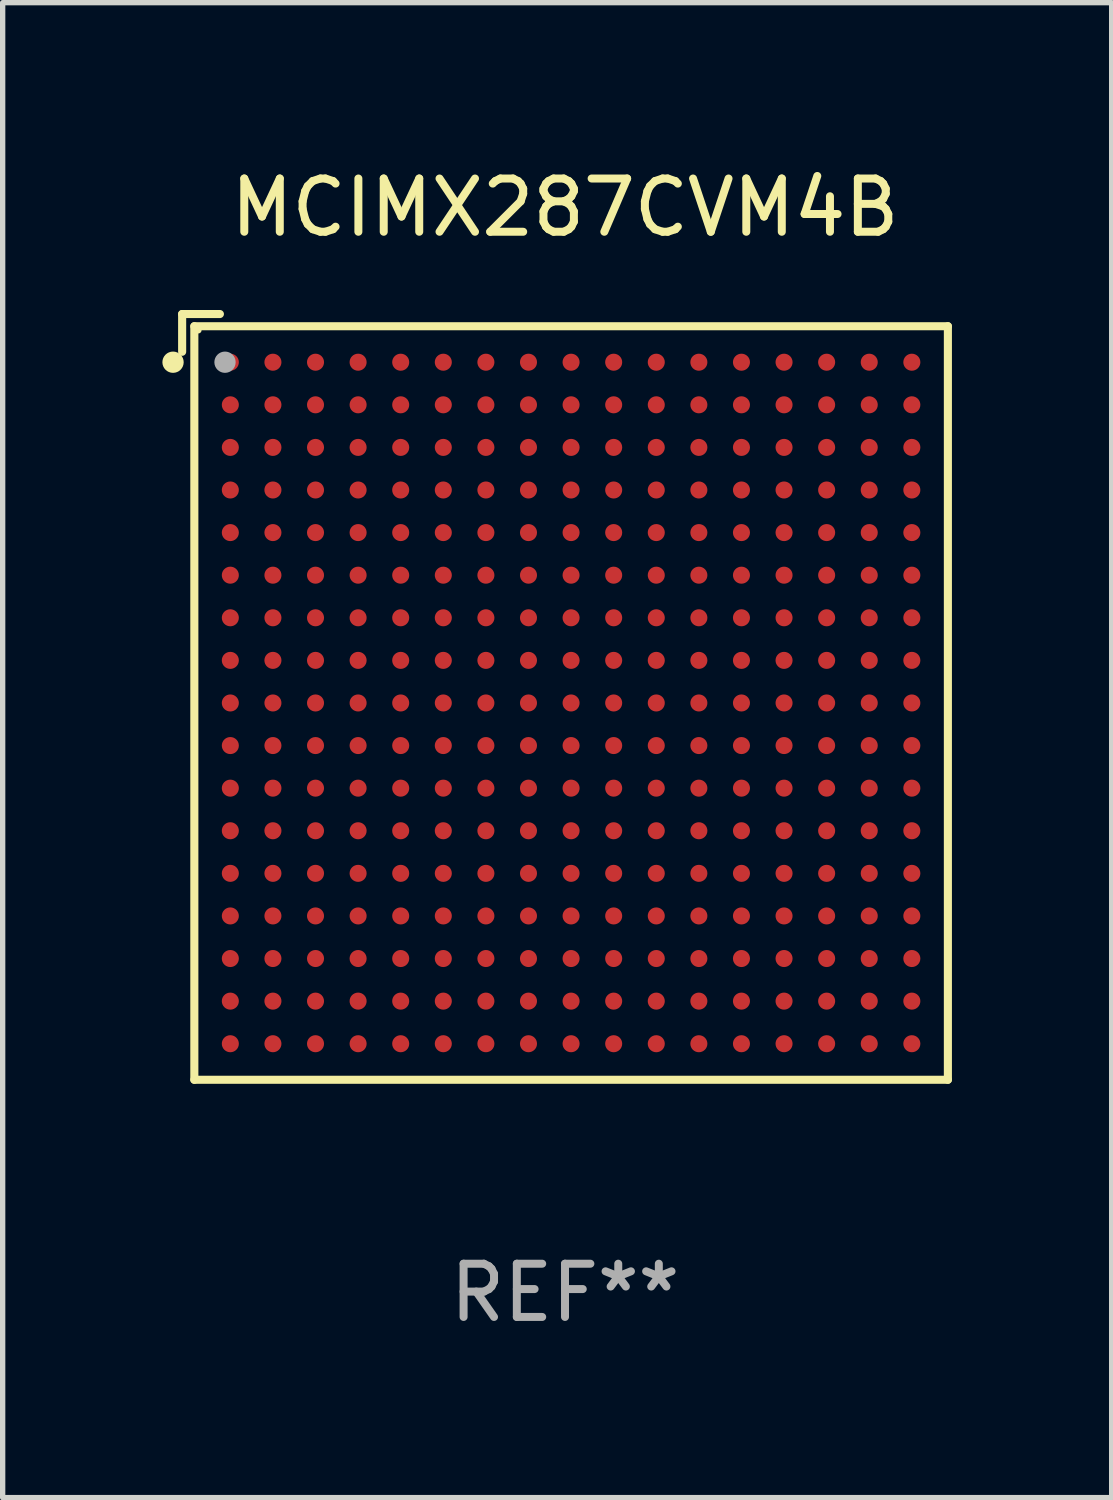
<source format=kicad_pcb>
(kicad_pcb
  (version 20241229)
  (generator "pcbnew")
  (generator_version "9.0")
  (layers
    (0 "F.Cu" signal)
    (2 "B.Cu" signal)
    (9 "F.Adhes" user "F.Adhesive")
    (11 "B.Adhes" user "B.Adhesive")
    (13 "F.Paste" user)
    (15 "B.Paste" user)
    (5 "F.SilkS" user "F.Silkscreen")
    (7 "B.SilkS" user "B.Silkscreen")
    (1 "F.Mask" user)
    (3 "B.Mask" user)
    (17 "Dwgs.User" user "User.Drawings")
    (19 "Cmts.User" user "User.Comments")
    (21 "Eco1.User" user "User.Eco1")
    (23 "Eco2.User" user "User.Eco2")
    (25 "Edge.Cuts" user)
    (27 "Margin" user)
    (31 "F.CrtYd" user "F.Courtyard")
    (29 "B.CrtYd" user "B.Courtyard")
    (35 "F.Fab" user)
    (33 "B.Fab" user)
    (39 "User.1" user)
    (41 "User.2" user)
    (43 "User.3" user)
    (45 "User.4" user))
  (footprint "MCIMX287CVM4B"
    (layer "F.Cu")
    (at 7.562 10.039)
    (property "Reference" "MCIMX287CVM4B" (at 0 -9.191 0) (layer "F.SilkS") (effects (font (size 1 1) (thickness 0.15))))
    (attr through_hole)
    (fp_line (start -7.191 -7.191) (end -7.191 -6.482) (stroke (width 0.152) (type solid)) (layer "F.SilkS"))
    (fp_line (start -6.962 -6.962) (end 7.191 -6.962) (stroke (width 0.152) (type solid)) (layer "F.SilkS"))
    (fp_line (start -6.962 7.191) (end -6.962 -6.962) (stroke (width 0.152) (type solid)) (layer "F.SilkS"))
    (fp_line (start -6.482 -7.191) (end -7.191 -7.191) (stroke (width 0.152) (type solid)) (layer "F.SilkS"))
    (fp_line (start 7.191 -6.962) (end 7.191 7.191) (stroke (width 0.152) (type solid)) (layer "F.SilkS"))
    (fp_line (start 7.191 7.191) (end -6.962 7.191) (stroke (width 0.152) (type solid)) (layer "F.SilkS"))
    (fp_circle (center -7.362 -6.286) (end -7.262 -6.286) (stroke (width 0.2) (type solid)) (fill no) (layer "F.SilkS"))
    (fp_circle (center -6.886 -6.886) (end -6.856 -6.886) (stroke (width 0.06) (type solid)) (fill no) (layer "F.SilkS"))
    (fp_circle (center -6.386 -6.286) (end -6.286 -6.286) (stroke (width 0.2) (type solid)) (fill no) (layer "F.Fab"))
    (fp_text user "REF**" (at 0 11.191 0) (layer "F.Fab") (effects (font (size 1 1) (thickness 0.15))))
    (pad "A1" smd circle (at -6.286 -6.286) (size 0.32 0.32) (layers "F.Cu" "F.Mask" "F.Paste"))
    (pad "A2" smd circle (at -5.486 -6.286) (size 0.32 0.32) (layers "F.Cu" "F.Mask" "F.Paste"))
    (pad "A3" smd circle (at -4.686 -6.286) (size 0.32 0.32) (layers "F.Cu" "F.Mask" "F.Paste"))
    (pad "A4" smd circle (at -3.886 -6.286) (size 0.32 0.32) (layers "F.Cu" "F.Mask" "F.Paste"))
    (pad "A5" smd circle (at -3.086 -6.286) (size 0.32 0.32) (layers "F.Cu" "F.Mask" "F.Paste"))
    (pad "A6" smd circle (at -2.286 -6.286) (size 0.32 0.32) (layers "F.Cu" "F.Mask" "F.Paste"))
    (pad "A7" smd circle (at -1.486 -6.286) (size 0.32 0.32) (layers "F.Cu" "F.Mask" "F.Paste"))
    (pad "A8" smd circle (at -0.686 -6.286) (size 0.32 0.32) (layers "F.Cu" "F.Mask" "F.Paste"))
    (pad "A9" smd circle (at 0.114 -6.286) (size 0.32 0.32) (layers "F.Cu" "F.Mask" "F.Paste"))
    (pad "A10" smd circle (at 0.914 -6.286) (size 0.32 0.32) (layers "F.Cu" "F.Mask" "F.Paste"))
    (pad "A11" smd circle (at 1.714 -6.286) (size 0.32 0.32) (layers "F.Cu" "F.Mask" "F.Paste"))
    (pad "A12" smd circle (at 2.514 -6.286) (size 0.32 0.32) (layers "F.Cu" "F.Mask" "F.Paste"))
    (pad "A13" smd circle (at 3.314 -6.286) (size 0.32 0.32) (layers "F.Cu" "F.Mask" "F.Paste"))
    (pad "A14" smd circle (at 4.114 -6.286) (size 0.32 0.32) (layers "F.Cu" "F.Mask" "F.Paste"))
    (pad "A15" smd circle (at 4.914 -6.286) (size 0.32 0.32) (layers "F.Cu" "F.Mask" "F.Paste"))
    (pad "A16" smd circle (at 5.714 -6.286) (size 0.32 0.32) (layers "F.Cu" "F.Mask" "F.Paste"))
    (pad "A17" smd circle (at 6.514 -6.286) (size 0.32 0.32) (layers "F.Cu" "F.Mask" "F.Paste"))
    (pad "B1" smd circle (at -6.286 -5.486) (size 0.32 0.32) (layers "F.Cu" "F.Mask" "F.Paste"))
    (pad "B2" smd circle (at -5.486 -5.486) (size 0.32 0.32) (layers "F.Cu" "F.Mask" "F.Paste"))
    (pad "B3" smd circle (at -4.686 -5.486) (size 0.32 0.32) (layers "F.Cu" "F.Mask" "F.Paste"))
    (pad "B4" smd circle (at -3.886 -5.486) (size 0.32 0.32) (layers "F.Cu" "F.Mask" "F.Paste"))
    (pad "B5" smd circle (at -3.086 -5.486) (size 0.32 0.32) (layers "F.Cu" "F.Mask" "F.Paste"))
    (pad "B6" smd circle (at -2.286 -5.486) (size 0.32 0.32) (layers "F.Cu" "F.Mask" "F.Paste"))
    (pad "B7" smd circle (at -1.486 -5.486) (size 0.32 0.32) (layers "F.Cu" "F.Mask" "F.Paste"))
    (pad "B8" smd circle (at -0.686 -5.486) (size 0.32 0.32) (layers "F.Cu" "F.Mask" "F.Paste"))
    (pad "B9" smd circle (at 0.114 -5.486) (size 0.32 0.32) (layers "F.Cu" "F.Mask" "F.Paste"))
    (pad "B10" smd circle (at 0.914 -5.486) (size 0.32 0.32) (layers "F.Cu" "F.Mask" "F.Paste"))
    (pad "B11" smd circle (at 1.714 -5.486) (size 0.32 0.32) (layers "F.Cu" "F.Mask" "F.Paste"))
    (pad "B12" smd circle (at 2.514 -5.486) (size 0.32 0.32) (layers "F.Cu" "F.Mask" "F.Paste"))
    (pad "B13" smd circle (at 3.314 -5.486) (size 0.32 0.32) (layers "F.Cu" "F.Mask" "F.Paste"))
    (pad "B14" smd circle (at 4.114 -5.486) (size 0.32 0.32) (layers "F.Cu" "F.Mask" "F.Paste"))
    (pad "B15" smd circle (at 4.914 -5.486) (size 0.32 0.32) (layers "F.Cu" "F.Mask" "F.Paste"))
    (pad "B16" smd circle (at 5.714 -5.486) (size 0.32 0.32) (layers "F.Cu" "F.Mask" "F.Paste"))
    (pad "B17" smd circle (at 6.514 -5.486) (size 0.32 0.32) (layers "F.Cu" "F.Mask" "F.Paste"))
    (pad "C1" smd circle (at -6.286 -4.686) (size 0.32 0.32) (layers "F.Cu" "F.Mask" "F.Paste"))
    (pad "C2" smd circle (at -5.486 -4.686) (size 0.32 0.32) (layers "F.Cu" "F.Mask" "F.Paste"))
    (pad "C3" smd circle (at -4.686 -4.686) (size 0.32 0.32) (layers "F.Cu" "F.Mask" "F.Paste"))
    (pad "C4" smd circle (at -3.886 -4.686) (size 0.32 0.32) (layers "F.Cu" "F.Mask" "F.Paste"))
    (pad "C5" smd circle (at -3.086 -4.686) (size 0.32 0.32) (layers "F.Cu" "F.Mask" "F.Paste"))
    (pad "C6" smd circle (at -2.286 -4.686) (size 0.32 0.32) (layers "F.Cu" "F.Mask" "F.Paste"))
    (pad "C7" smd circle (at -1.486 -4.686) (size 0.32 0.32) (layers "F.Cu" "F.Mask" "F.Paste"))
    (pad "C8" smd circle (at -0.686 -4.686) (size 0.32 0.32) (layers "F.Cu" "F.Mask" "F.Paste"))
    (pad "C9" smd circle (at 0.114 -4.686) (size 0.32 0.32) (layers "F.Cu" "F.Mask" "F.Paste"))
    (pad "C10" smd circle (at 0.914 -4.686) (size 0.32 0.32) (layers "F.Cu" "F.Mask" "F.Paste"))
    (pad "C11" smd circle (at 1.714 -4.686) (size 0.32 0.32) (layers "F.Cu" "F.Mask" "F.Paste"))
    (pad "C12" smd circle (at 2.514 -4.686) (size 0.32 0.32) (layers "F.Cu" "F.Mask" "F.Paste"))
    (pad "C13" smd circle (at 3.314 -4.686) (size 0.32 0.32) (layers "F.Cu" "F.Mask" "F.Paste"))
    (pad "C14" smd circle (at 4.114 -4.686) (size 0.32 0.32) (layers "F.Cu" "F.Mask" "F.Paste"))
    (pad "C15" smd circle (at 4.914 -4.686) (size 0.32 0.32) (layers "F.Cu" "F.Mask" "F.Paste"))
    (pad "C16" smd circle (at 5.714 -4.686) (size 0.32 0.32) (layers "F.Cu" "F.Mask" "F.Paste"))
    (pad "C17" smd circle (at 6.514 -4.686) (size 0.32 0.32) (layers "F.Cu" "F.Mask" "F.Paste"))
    (pad "D1" smd circle (at -6.286 -3.886) (size 0.32 0.32) (layers "F.Cu" "F.Mask" "F.Paste"))
    (pad "D2" smd circle (at -5.486 -3.886) (size 0.32 0.32) (layers "F.Cu" "F.Mask" "F.Paste"))
    (pad "D3" smd circle (at -4.686 -3.886) (size 0.32 0.32) (layers "F.Cu" "F.Mask" "F.Paste"))
    (pad "D4" smd circle (at -3.886 -3.886) (size 0.32 0.32) (layers "F.Cu" "F.Mask" "F.Paste"))
    (pad "D5" smd circle (at -3.086 -3.886) (size 0.32 0.32) (layers "F.Cu" "F.Mask" "F.Paste"))
    (pad "D6" smd circle (at -2.286 -3.886) (size 0.32 0.32) (layers "F.Cu" "F.Mask" "F.Paste"))
    (pad "D7" smd circle (at -1.486 -3.886) (size 0.32 0.32) (layers "F.Cu" "F.Mask" "F.Paste"))
    (pad "D8" smd circle (at -0.686 -3.886) (size 0.32 0.32) (layers "F.Cu" "F.Mask" "F.Paste"))
    (pad "D9" smd circle (at 0.114 -3.886) (size 0.32 0.32) (layers "F.Cu" "F.Mask" "F.Paste"))
    (pad "D10" smd circle (at 0.914 -3.886) (size 0.32 0.32) (layers "F.Cu" "F.Mask" "F.Paste"))
    (pad "D11" smd circle (at 1.714 -3.886) (size 0.32 0.32) (layers "F.Cu" "F.Mask" "F.Paste"))
    (pad "D12" smd circle (at 2.514 -3.886) (size 0.32 0.32) (layers "F.Cu" "F.Mask" "F.Paste"))
    (pad "D13" smd circle (at 3.314 -3.886) (size 0.32 0.32) (layers "F.Cu" "F.Mask" "F.Paste"))
    (pad "D14" smd circle (at 4.114 -3.886) (size 0.32 0.32) (layers "F.Cu" "F.Mask" "F.Paste"))
    (pad "D15" smd circle (at 4.914 -3.886) (size 0.32 0.32) (layers "F.Cu" "F.Mask" "F.Paste"))
    (pad "D16" smd circle (at 5.714 -3.886) (size 0.32 0.32) (layers "F.Cu" "F.Mask" "F.Paste"))
    (pad "D17" smd circle (at 6.514 -3.886) (size 0.32 0.32) (layers "F.Cu" "F.Mask" "F.Paste"))
    (pad "E1" smd circle (at -6.286 -3.086) (size 0.32 0.32) (layers "F.Cu" "F.Mask" "F.Paste"))
    (pad "E2" smd circle (at -5.486 -3.086) (size 0.32 0.32) (layers "F.Cu" "F.Mask" "F.Paste"))
    (pad "E3" smd circle (at -4.686 -3.086) (size 0.32 0.32) (layers "F.Cu" "F.Mask" "F.Paste"))
    (pad "E4" smd circle (at -3.886 -3.086) (size 0.32 0.32) (layers "F.Cu" "F.Mask" "F.Paste"))
    (pad "E5" smd circle (at -3.086 -3.086) (size 0.32 0.32) (layers "F.Cu" "F.Mask" "F.Paste"))
    (pad "E6" smd circle (at -2.286 -3.086) (size 0.32 0.32) (layers "F.Cu" "F.Mask" "F.Paste"))
    (pad "E7" smd circle (at -1.486 -3.086) (size 0.32 0.32) (layers "F.Cu" "F.Mask" "F.Paste"))
    (pad "E8" smd circle (at -0.686 -3.086) (size 0.32 0.32) (layers "F.Cu" "F.Mask" "F.Paste"))
    (pad "E9" smd circle (at 0.114 -3.086) (size 0.32 0.32) (layers "F.Cu" "F.Mask" "F.Paste"))
    (pad "E10" smd circle (at 0.914 -3.086) (size 0.32 0.32) (layers "F.Cu" "F.Mask" "F.Paste"))
    (pad "E11" smd circle (at 1.714 -3.086) (size 0.32 0.32) (layers "F.Cu" "F.Mask" "F.Paste"))
    (pad "E12" smd circle (at 2.514 -3.086) (size 0.32 0.32) (layers "F.Cu" "F.Mask" "F.Paste"))
    (pad "E13" smd circle (at 3.314 -3.086) (size 0.32 0.32) (layers "F.Cu" "F.Mask" "F.Paste"))
    (pad "E14" smd circle (at 4.114 -3.086) (size 0.32 0.32) (layers "F.Cu" "F.Mask" "F.Paste"))
    (pad "E15" smd circle (at 4.914 -3.086) (size 0.32 0.32) (layers "F.Cu" "F.Mask" "F.Paste"))
    (pad "E16" smd circle (at 5.714 -3.086) (size 0.32 0.32) (layers "F.Cu" "F.Mask" "F.Paste"))
    (pad "E17" smd circle (at 6.514 -3.086) (size 0.32 0.32) (layers "F.Cu" "F.Mask" "F.Paste"))
    (pad "F1" smd circle (at -6.286 -2.286) (size 0.32 0.32) (layers "F.Cu" "F.Mask" "F.Paste"))
    (pad "F2" smd circle (at -5.486 -2.286) (size 0.32 0.32) (layers "F.Cu" "F.Mask" "F.Paste"))
    (pad "F3" smd circle (at -4.686 -2.286) (size 0.32 0.32) (layers "F.Cu" "F.Mask" "F.Paste"))
    (pad "F4" smd circle (at -3.886 -2.286) (size 0.32 0.32) (layers "F.Cu" "F.Mask" "F.Paste"))
    (pad "F5" smd circle (at -3.086 -2.286) (size 0.32 0.32) (layers "F.Cu" "F.Mask" "F.Paste"))
    (pad "F6" smd circle (at -2.286 -2.286) (size 0.32 0.32) (layers "F.Cu" "F.Mask" "F.Paste"))
    (pad "F7" smd circle (at -1.486 -2.286) (size 0.32 0.32) (layers "F.Cu" "F.Mask" "F.Paste"))
    (pad "F8" smd circle (at -0.686 -2.286) (size 0.32 0.32) (layers "F.Cu" "F.Mask" "F.Paste"))
    (pad "F9" smd circle (at 0.114 -2.286) (size 0.32 0.32) (layers "F.Cu" "F.Mask" "F.Paste"))
    (pad "F10" smd circle (at 0.914 -2.286) (size 0.32 0.32) (layers "F.Cu" "F.Mask" "F.Paste"))
    (pad "F11" smd circle (at 1.714 -2.286) (size 0.32 0.32) (layers "F.Cu" "F.Mask" "F.Paste"))
    (pad "F12" smd circle (at 2.514 -2.286) (size 0.32 0.32) (layers "F.Cu" "F.Mask" "F.Paste"))
    (pad "F13" smd circle (at 3.314 -2.286) (size 0.32 0.32) (layers "F.Cu" "F.Mask" "F.Paste"))
    (pad "F14" smd circle (at 4.114 -2.286) (size 0.32 0.32) (layers "F.Cu" "F.Mask" "F.Paste"))
    (pad "F15" smd circle (at 4.914 -2.286) (size 0.32 0.32) (layers "F.Cu" "F.Mask" "F.Paste"))
    (pad "F16" smd circle (at 5.714 -2.286) (size 0.32 0.32) (layers "F.Cu" "F.Mask" "F.Paste"))
    (pad "F17" smd circle (at 6.514 -2.286) (size 0.32 0.32) (layers "F.Cu" "F.Mask" "F.Paste"))
    (pad "G1" smd circle (at -6.286 -1.486) (size 0.32 0.32) (layers "F.Cu" "F.Mask" "F.Paste"))
    (pad "G2" smd circle (at -5.486 -1.486) (size 0.32 0.32) (layers "F.Cu" "F.Mask" "F.Paste"))
    (pad "G3" smd circle (at -4.686 -1.486) (size 0.32 0.32) (layers "F.Cu" "F.Mask" "F.Paste"))
    (pad "G4" smd circle (at -3.886 -1.486) (size 0.32 0.32) (layers "F.Cu" "F.Mask" "F.Paste"))
    (pad "G5" smd circle (at -3.086 -1.486) (size 0.32 0.32) (layers "F.Cu" "F.Mask" "F.Paste"))
    (pad "G6" smd circle (at -2.286 -1.486) (size 0.32 0.32) (layers "F.Cu" "F.Mask" "F.Paste"))
    (pad "G7" smd circle (at -1.486 -1.486) (size 0.32 0.32) (layers "F.Cu" "F.Mask" "F.Paste"))
    (pad "G8" smd circle (at -0.686 -1.486) (size 0.32 0.32) (layers "F.Cu" "F.Mask" "F.Paste"))
    (pad "G9" smd circle (at 0.114 -1.486) (size 0.32 0.32) (layers "F.Cu" "F.Mask" "F.Paste"))
    (pad "G10" smd circle (at 0.914 -1.486) (size 0.32 0.32) (layers "F.Cu" "F.Mask" "F.Paste"))
    (pad "G11" smd circle (at 1.714 -1.486) (size 0.32 0.32) (layers "F.Cu" "F.Mask" "F.Paste"))
    (pad "G12" smd circle (at 2.514 -1.486) (size 0.32 0.32) (layers "F.Cu" "F.Mask" "F.Paste"))
    (pad "G13" smd circle (at 3.314 -1.486) (size 0.32 0.32) (layers "F.Cu" "F.Mask" "F.Paste"))
    (pad "G14" smd circle (at 4.114 -1.486) (size 0.32 0.32) (layers "F.Cu" "F.Mask" "F.Paste"))
    (pad "G15" smd circle (at 4.914 -1.486) (size 0.32 0.32) (layers "F.Cu" "F.Mask" "F.Paste"))
    (pad "G16" smd circle (at 5.714 -1.486) (size 0.32 0.32) (layers "F.Cu" "F.Mask" "F.Paste"))
    (pad "G17" smd circle (at 6.514 -1.486) (size 0.32 0.32) (layers "F.Cu" "F.Mask" "F.Paste"))
    (pad "H1" smd circle (at -6.286 -0.686) (size 0.32 0.32) (layers "F.Cu" "F.Mask" "F.Paste"))
    (pad "H2" smd circle (at -5.486 -0.686) (size 0.32 0.32) (layers "F.Cu" "F.Mask" "F.Paste"))
    (pad "H3" smd circle (at -4.686 -0.686) (size 0.32 0.32) (layers "F.Cu" "F.Mask" "F.Paste"))
    (pad "H4" smd circle (at -3.886 -0.686) (size 0.32 0.32) (layers "F.Cu" "F.Mask" "F.Paste"))
    (pad "H5" smd circle (at -3.086 -0.686) (size 0.32 0.32) (layers "F.Cu" "F.Mask" "F.Paste"))
    (pad "H6" smd circle (at -2.286 -0.686) (size 0.32 0.32) (layers "F.Cu" "F.Mask" "F.Paste"))
    (pad "H7" smd circle (at -1.486 -0.686) (size 0.32 0.32) (layers "F.Cu" "F.Mask" "F.Paste"))
    (pad "H8" smd circle (at -0.686 -0.686) (size 0.32 0.32) (layers "F.Cu" "F.Mask" "F.Paste"))
    (pad "H9" smd circle (at 0.114 -0.686) (size 0.32 0.32) (layers "F.Cu" "F.Mask" "F.Paste"))
    (pad "H10" smd circle (at 0.914 -0.686) (size 0.32 0.32) (layers "F.Cu" "F.Mask" "F.Paste"))
    (pad "H11" smd circle (at 1.714 -0.686) (size 0.32 0.32) (layers "F.Cu" "F.Mask" "F.Paste"))
    (pad "H12" smd circle (at 2.514 -0.686) (size 0.32 0.32) (layers "F.Cu" "F.Mask" "F.Paste"))
    (pad "H13" smd circle (at 3.314 -0.686) (size 0.32 0.32) (layers "F.Cu" "F.Mask" "F.Paste"))
    (pad "H14" smd circle (at 4.114 -0.686) (size 0.32 0.32) (layers "F.Cu" "F.Mask" "F.Paste"))
    (pad "H15" smd circle (at 4.914 -0.686) (size 0.32 0.32) (layers "F.Cu" "F.Mask" "F.Paste"))
    (pad "H16" smd circle (at 5.714 -0.686) (size 0.32 0.32) (layers "F.Cu" "F.Mask" "F.Paste"))
    (pad "H17" smd circle (at 6.514 -0.686) (size 0.32 0.32) (layers "F.Cu" "F.Mask" "F.Paste"))
    (pad "J1" smd circle (at -6.286 0.114) (size 0.32 0.32) (layers "F.Cu" "F.Mask" "F.Paste"))
    (pad "J2" smd circle (at -5.486 0.114) (size 0.32 0.32) (layers "F.Cu" "F.Mask" "F.Paste"))
    (pad "J3" smd circle (at -4.686 0.114) (size 0.32 0.32) (layers "F.Cu" "F.Mask" "F.Paste"))
    (pad "J4" smd circle (at -3.886 0.114) (size 0.32 0.32) (layers "F.Cu" "F.Mask" "F.Paste"))
    (pad "J5" smd circle (at -3.086 0.114) (size 0.32 0.32) (layers "F.Cu" "F.Mask" "F.Paste"))
    (pad "J6" smd circle (at -2.286 0.114) (size 0.32 0.32) (layers "F.Cu" "F.Mask" "F.Paste"))
    (pad "J7" smd circle (at -1.486 0.114) (size 0.32 0.32) (layers "F.Cu" "F.Mask" "F.Paste"))
    (pad "J8" smd circle (at -0.686 0.114) (size 0.32 0.32) (layers "F.Cu" "F.Mask" "F.Paste"))
    (pad "J9" smd circle (at 0.114 0.114) (size 0.32 0.32) (layers "F.Cu" "F.Mask" "F.Paste"))
    (pad "J10" smd circle (at 0.914 0.114) (size 0.32 0.32) (layers "F.Cu" "F.Mask" "F.Paste"))
    (pad "J11" smd circle (at 1.714 0.114) (size 0.32 0.32) (layers "F.Cu" "F.Mask" "F.Paste"))
    (pad "J12" smd circle (at 2.514 0.114) (size 0.32 0.32) (layers "F.Cu" "F.Mask" "F.Paste"))
    (pad "J13" smd circle (at 3.314 0.114) (size 0.32 0.32) (layers "F.Cu" "F.Mask" "F.Paste"))
    (pad "J14" smd circle (at 4.114 0.114) (size 0.32 0.32) (layers "F.Cu" "F.Mask" "F.Paste"))
    (pad "J15" smd circle (at 4.914 0.114) (size 0.32 0.32) (layers "F.Cu" "F.Mask" "F.Paste"))
    (pad "J16" smd circle (at 5.714 0.114) (size 0.32 0.32) (layers "F.Cu" "F.Mask" "F.Paste"))
    (pad "J17" smd circle (at 6.514 0.114) (size 0.32 0.32) (layers "F.Cu" "F.Mask" "F.Paste"))
    (pad "K1" smd circle (at -6.286 0.914) (size 0.32 0.32) (layers "F.Cu" "F.Mask" "F.Paste"))
    (pad "K2" smd circle (at -5.486 0.914) (size 0.32 0.32) (layers "F.Cu" "F.Mask" "F.Paste"))
    (pad "K3" smd circle (at -4.686 0.914) (size 0.32 0.32) (layers "F.Cu" "F.Mask" "F.Paste"))
    (pad "K4" smd circle (at -3.886 0.914) (size 0.32 0.32) (layers "F.Cu" "F.Mask" "F.Paste"))
    (pad "K5" smd circle (at -3.086 0.914) (size 0.32 0.32) (layers "F.Cu" "F.Mask" "F.Paste"))
    (pad "K6" smd circle (at -2.286 0.914) (size 0.32 0.32) (layers "F.Cu" "F.Mask" "F.Paste"))
    (pad "K7" smd circle (at -1.486 0.914) (size 0.32 0.32) (layers "F.Cu" "F.Mask" "F.Paste"))
    (pad "K8" smd circle (at -0.686 0.914) (size 0.32 0.32) (layers "F.Cu" "F.Mask" "F.Paste"))
    (pad "K9" smd circle (at 0.114 0.914) (size 0.32 0.32) (layers "F.Cu" "F.Mask" "F.Paste"))
    (pad "K10" smd circle (at 0.914 0.914) (size 0.32 0.32) (layers "F.Cu" "F.Mask" "F.Paste"))
    (pad "K11" smd circle (at 1.714 0.914) (size 0.32 0.32) (layers "F.Cu" "F.Mask" "F.Paste"))
    (pad "K12" smd circle (at 2.514 0.914) (size 0.32 0.32) (layers "F.Cu" "F.Mask" "F.Paste"))
    (pad "K13" smd circle (at 3.314 0.914) (size 0.32 0.32) (layers "F.Cu" "F.Mask" "F.Paste"))
    (pad "K14" smd circle (at 4.114 0.914) (size 0.32 0.32) (layers "F.Cu" "F.Mask" "F.Paste"))
    (pad "K15" smd circle (at 4.914 0.914) (size 0.32 0.32) (layers "F.Cu" "F.Mask" "F.Paste"))
    (pad "K16" smd circle (at 5.714 0.914) (size 0.32 0.32) (layers "F.Cu" "F.Mask" "F.Paste"))
    (pad "K17" smd circle (at 6.514 0.914) (size 0.32 0.32) (layers "F.Cu" "F.Mask" "F.Paste"))
    (pad "L1" smd circle (at -6.286 1.714) (size 0.32 0.32) (layers "F.Cu" "F.Mask" "F.Paste"))
    (pad "L2" smd circle (at -5.486 1.714) (size 0.32 0.32) (layers "F.Cu" "F.Mask" "F.Paste"))
    (pad "L3" smd circle (at -4.686 1.714) (size 0.32 0.32) (layers "F.Cu" "F.Mask" "F.Paste"))
    (pad "L4" smd circle (at -3.886 1.714) (size 0.32 0.32) (layers "F.Cu" "F.Mask" "F.Paste"))
    (pad "L5" smd circle (at -3.086 1.714) (size 0.32 0.32) (layers "F.Cu" "F.Mask" "F.Paste"))
    (pad "L6" smd circle (at -2.286 1.714) (size 0.32 0.32) (layers "F.Cu" "F.Mask" "F.Paste"))
    (pad "L7" smd circle (at -1.486 1.714) (size 0.32 0.32) (layers "F.Cu" "F.Mask" "F.Paste"))
    (pad "L8" smd circle (at -0.686 1.714) (size 0.32 0.32) (layers "F.Cu" "F.Mask" "F.Paste"))
    (pad "L9" smd circle (at 0.114 1.714) (size 0.32 0.32) (layers "F.Cu" "F.Mask" "F.Paste"))
    (pad "L10" smd circle (at 0.914 1.714) (size 0.32 0.32) (layers "F.Cu" "F.Mask" "F.Paste"))
    (pad "L11" smd circle (at 1.714 1.714) (size 0.32 0.32) (layers "F.Cu" "F.Mask" "F.Paste"))
    (pad "L12" smd circle (at 2.514 1.714) (size 0.32 0.32) (layers "F.Cu" "F.Mask" "F.Paste"))
    (pad "L13" smd circle (at 3.314 1.714) (size 0.32 0.32) (layers "F.Cu" "F.Mask" "F.Paste"))
    (pad "L14" smd circle (at 4.114 1.714) (size 0.32 0.32) (layers "F.Cu" "F.Mask" "F.Paste"))
    (pad "L15" smd circle (at 4.914 1.714) (size 0.32 0.32) (layers "F.Cu" "F.Mask" "F.Paste"))
    (pad "L16" smd circle (at 5.714 1.714) (size 0.32 0.32) (layers "F.Cu" "F.Mask" "F.Paste"))
    (pad "L17" smd circle (at 6.514 1.714) (size 0.32 0.32) (layers "F.Cu" "F.Mask" "F.Paste"))
    (pad "M1" smd circle (at -6.286 2.514) (size 0.32 0.32) (layers "F.Cu" "F.Mask" "F.Paste"))
    (pad "M2" smd circle (at -5.486 2.514) (size 0.32 0.32) (layers "F.Cu" "F.Mask" "F.Paste"))
    (pad "M3" smd circle (at -4.686 2.514) (size 0.32 0.32) (layers "F.Cu" "F.Mask" "F.Paste"))
    (pad "M4" smd circle (at -3.886 2.514) (size 0.32 0.32) (layers "F.Cu" "F.Mask" "F.Paste"))
    (pad "M5" smd circle (at -3.086 2.514) (size 0.32 0.32) (layers "F.Cu" "F.Mask" "F.Paste"))
    (pad "M6" smd circle (at -2.286 2.514) (size 0.32 0.32) (layers "F.Cu" "F.Mask" "F.Paste"))
    (pad "M7" smd circle (at -1.486 2.514) (size 0.32 0.32) (layers "F.Cu" "F.Mask" "F.Paste"))
    (pad "M8" smd circle (at -0.686 2.514) (size 0.32 0.32) (layers "F.Cu" "F.Mask" "F.Paste"))
    (pad "M9" smd circle (at 0.114 2.514) (size 0.32 0.32) (layers "F.Cu" "F.Mask" "F.Paste"))
    (pad "M10" smd circle (at 0.914 2.514) (size 0.32 0.32) (layers "F.Cu" "F.Mask" "F.Paste"))
    (pad "M11" smd circle (at 1.714 2.514) (size 0.32 0.32) (layers "F.Cu" "F.Mask" "F.Paste"))
    (pad "M12" smd circle (at 2.514 2.514) (size 0.32 0.32) (layers "F.Cu" "F.Mask" "F.Paste"))
    (pad "M13" smd circle (at 3.314 2.514) (size 0.32 0.32) (layers "F.Cu" "F.Mask" "F.Paste"))
    (pad "M14" smd circle (at 4.114 2.514) (size 0.32 0.32) (layers "F.Cu" "F.Mask" "F.Paste"))
    (pad "M15" smd circle (at 4.914 2.514) (size 0.32 0.32) (layers "F.Cu" "F.Mask" "F.Paste"))
    (pad "M16" smd circle (at 5.714 2.514) (size 0.32 0.32) (layers "F.Cu" "F.Mask" "F.Paste"))
    (pad "M17" smd circle (at 6.514 2.514) (size 0.32 0.32) (layers "F.Cu" "F.Mask" "F.Paste"))
    (pad "N1" smd circle (at -6.286 3.314) (size 0.32 0.32) (layers "F.Cu" "F.Mask" "F.Paste"))
    (pad "N2" smd circle (at -5.486 3.314) (size 0.32 0.32) (layers "F.Cu" "F.Mask" "F.Paste"))
    (pad "N3" smd circle (at -4.686 3.314) (size 0.32 0.32) (layers "F.Cu" "F.Mask" "F.Paste"))
    (pad "N4" smd circle (at -3.886 3.314) (size 0.32 0.32) (layers "F.Cu" "F.Mask" "F.Paste"))
    (pad "N5" smd circle (at -3.086 3.314) (size 0.32 0.32) (layers "F.Cu" "F.Mask" "F.Paste"))
    (pad "N6" smd circle (at -2.286 3.314) (size 0.32 0.32) (layers "F.Cu" "F.Mask" "F.Paste"))
    (pad "N7" smd circle (at -1.486 3.314) (size 0.32 0.32) (layers "F.Cu" "F.Mask" "F.Paste"))
    (pad "N8" smd circle (at -0.686 3.314) (size 0.32 0.32) (layers "F.Cu" "F.Mask" "F.Paste"))
    (pad "N9" smd circle (at 0.114 3.314) (size 0.32 0.32) (layers "F.Cu" "F.Mask" "F.Paste"))
    (pad "N10" smd circle (at 0.914 3.314) (size 0.32 0.32) (layers "F.Cu" "F.Mask" "F.Paste"))
    (pad "N11" smd circle (at 1.714 3.314) (size 0.32 0.32) (layers "F.Cu" "F.Mask" "F.Paste"))
    (pad "N12" smd circle (at 2.514 3.314) (size 0.32 0.32) (layers "F.Cu" "F.Mask" "F.Paste"))
    (pad "N13" smd circle (at 3.314 3.314) (size 0.32 0.32) (layers "F.Cu" "F.Mask" "F.Paste"))
    (pad "N14" smd circle (at 4.114 3.314) (size 0.32 0.32) (layers "F.Cu" "F.Mask" "F.Paste"))
    (pad "N15" smd circle (at 4.914 3.314) (size 0.32 0.32) (layers "F.Cu" "F.Mask" "F.Paste"))
    (pad "N16" smd circle (at 5.714 3.314) (size 0.32 0.32) (layers "F.Cu" "F.Mask" "F.Paste"))
    (pad "N17" smd circle (at 6.514 3.314) (size 0.32 0.32) (layers "F.Cu" "F.Mask" "F.Paste"))
    (pad "P1" smd circle (at -6.286 4.114) (size 0.32 0.32) (layers "F.Cu" "F.Mask" "F.Paste"))
    (pad "P2" smd circle (at -5.486 4.114) (size 0.32 0.32) (layers "F.Cu" "F.Mask" "F.Paste"))
    (pad "P3" smd circle (at -4.686 4.114) (size 0.32 0.32) (layers "F.Cu" "F.Mask" "F.Paste"))
    (pad "P4" smd circle (at -3.886 4.114) (size 0.32 0.32) (layers "F.Cu" "F.Mask" "F.Paste"))
    (pad "P5" smd circle (at -3.086 4.114) (size 0.32 0.32) (layers "F.Cu" "F.Mask" "F.Paste"))
    (pad "P6" smd circle (at -2.286 4.114) (size 0.32 0.32) (layers "F.Cu" "F.Mask" "F.Paste"))
    (pad "P7" smd circle (at -1.486 4.114) (size 0.32 0.32) (layers "F.Cu" "F.Mask" "F.Paste"))
    (pad "P8" smd circle (at -0.686 4.114) (size 0.32 0.32) (layers "F.Cu" "F.Mask" "F.Paste"))
    (pad "P9" smd circle (at 0.114 4.114) (size 0.32 0.32) (layers "F.Cu" "F.Mask" "F.Paste"))
    (pad "P10" smd circle (at 0.914 4.114) (size 0.32 0.32) (layers "F.Cu" "F.Mask" "F.Paste"))
    (pad "P11" smd circle (at 1.714 4.114) (size 0.32 0.32) (layers "F.Cu" "F.Mask" "F.Paste"))
    (pad "P12" smd circle (at 2.514 4.114) (size 0.32 0.32) (layers "F.Cu" "F.Mask" "F.Paste"))
    (pad "P13" smd circle (at 3.314 4.114) (size 0.32 0.32) (layers "F.Cu" "F.Mask" "F.Paste"))
    (pad "P14" smd circle (at 4.114 4.114) (size 0.32 0.32) (layers "F.Cu" "F.Mask" "F.Paste"))
    (pad "P15" smd circle (at 4.914 4.114) (size 0.32 0.32) (layers "F.Cu" "F.Mask" "F.Paste"))
    (pad "P16" smd circle (at 5.714 4.114) (size 0.32 0.32) (layers "F.Cu" "F.Mask" "F.Paste"))
    (pad "P17" smd circle (at 6.514 4.114) (size 0.32 0.32) (layers "F.Cu" "F.Mask" "F.Paste"))
    (pad "R1" smd circle (at -6.286 4.914) (size 0.32 0.32) (layers "F.Cu" "F.Mask" "F.Paste"))
    (pad "R2" smd circle (at -5.486 4.914) (size 0.32 0.32) (layers "F.Cu" "F.Mask" "F.Paste"))
    (pad "R3" smd circle (at -4.686 4.914) (size 0.32 0.32) (layers "F.Cu" "F.Mask" "F.Paste"))
    (pad "R4" smd circle (at -3.886 4.914) (size 0.32 0.32) (layers "F.Cu" "F.Mask" "F.Paste"))
    (pad "R5" smd circle (at -3.086 4.914) (size 0.32 0.32) (layers "F.Cu" "F.Mask" "F.Paste"))
    (pad "R6" smd circle (at -2.286 4.914) (size 0.32 0.32) (layers "F.Cu" "F.Mask" "F.Paste"))
    (pad "R7" smd circle (at -1.486 4.914) (size 0.32 0.32) (layers "F.Cu" "F.Mask" "F.Paste"))
    (pad "R8" smd circle (at -0.686 4.914) (size 0.32 0.32) (layers "F.Cu" "F.Mask" "F.Paste"))
    (pad "R9" smd circle (at 0.114 4.914) (size 0.32 0.32) (layers "F.Cu" "F.Mask" "F.Paste"))
    (pad "R10" smd circle (at 0.914 4.914) (size 0.32 0.32) (layers "F.Cu" "F.Mask" "F.Paste"))
    (pad "R11" smd circle (at 1.714 4.914) (size 0.32 0.32) (layers "F.Cu" "F.Mask" "F.Paste"))
    (pad "R12" smd circle (at 2.514 4.914) (size 0.32 0.32) (layers "F.Cu" "F.Mask" "F.Paste"))
    (pad "R13" smd circle (at 3.314 4.914) (size 0.32 0.32) (layers "F.Cu" "F.Mask" "F.Paste"))
    (pad "R14" smd circle (at 4.114 4.914) (size 0.32 0.32) (layers "F.Cu" "F.Mask" "F.Paste"))
    (pad "R15" smd circle (at 4.914 4.914) (size 0.32 0.32) (layers "F.Cu" "F.Mask" "F.Paste"))
    (pad "R16" smd circle (at 5.714 4.914) (size 0.32 0.32) (layers "F.Cu" "F.Mask" "F.Paste"))
    (pad "R17" smd circle (at 6.514 4.914) (size 0.32 0.32) (layers "F.Cu" "F.Mask" "F.Paste"))
    (pad "T1" smd circle (at -6.286 5.714) (size 0.32 0.32) (layers "F.Cu" "F.Mask" "F.Paste"))
    (pad "T2" smd circle (at -5.486 5.714) (size 0.32 0.32) (layers "F.Cu" "F.Mask" "F.Paste"))
    (pad "T3" smd circle (at -4.686 5.714) (size 0.32 0.32) (layers "F.Cu" "F.Mask" "F.Paste"))
    (pad "T4" smd circle (at -3.886 5.714) (size 0.32 0.32) (layers "F.Cu" "F.Mask" "F.Paste"))
    (pad "T5" smd circle (at -3.086 5.714) (size 0.32 0.32) (layers "F.Cu" "F.Mask" "F.Paste"))
    (pad "T6" smd circle (at -2.286 5.714) (size 0.32 0.32) (layers "F.Cu" "F.Mask" "F.Paste"))
    (pad "T7" smd circle (at -1.486 5.714) (size 0.32 0.32) (layers "F.Cu" "F.Mask" "F.Paste"))
    (pad "T8" smd circle (at -0.686 5.714) (size 0.32 0.32) (layers "F.Cu" "F.Mask" "F.Paste"))
    (pad "T9" smd circle (at 0.114 5.714) (size 0.32 0.32) (layers "F.Cu" "F.Mask" "F.Paste"))
    (pad "T10" smd circle (at 0.914 5.714) (size 0.32 0.32) (layers "F.Cu" "F.Mask" "F.Paste"))
    (pad "T11" smd circle (at 1.714 5.714) (size 0.32 0.32) (layers "F.Cu" "F.Mask" "F.Paste"))
    (pad "T12" smd circle (at 2.514 5.714) (size 0.32 0.32) (layers "F.Cu" "F.Mask" "F.Paste"))
    (pad "T13" smd circle (at 3.314 5.714) (size 0.32 0.32) (layers "F.Cu" "F.Mask" "F.Paste"))
    (pad "T14" smd circle (at 4.114 5.714) (size 0.32 0.32) (layers "F.Cu" "F.Mask" "F.Paste"))
    (pad "T15" smd circle (at 4.914 5.714) (size 0.32 0.32) (layers "F.Cu" "F.Mask" "F.Paste"))
    (pad "T16" smd circle (at 5.714 5.714) (size 0.32 0.32) (layers "F.Cu" "F.Mask" "F.Paste"))
    (pad "T17" smd circle (at 6.514 5.714) (size 0.32 0.32) (layers "F.Cu" "F.Mask" "F.Paste"))
    (pad "U1" smd circle (at -6.286 6.514) (size 0.32 0.32) (layers "F.Cu" "F.Mask" "F.Paste"))
    (pad "U2" smd circle (at -5.486 6.514) (size 0.32 0.32) (layers "F.Cu" "F.Mask" "F.Paste"))
    (pad "U3" smd circle (at -4.686 6.514) (size 0.32 0.32) (layers "F.Cu" "F.Mask" "F.Paste"))
    (pad "U4" smd circle (at -3.886 6.514) (size 0.32 0.32) (layers "F.Cu" "F.Mask" "F.Paste"))
    (pad "U5" smd circle (at -3.086 6.514) (size 0.32 0.32) (layers "F.Cu" "F.Mask" "F.Paste"))
    (pad "U6" smd circle (at -2.286 6.514) (size 0.32 0.32) (layers "F.Cu" "F.Mask" "F.Paste"))
    (pad "U7" smd circle (at -1.486 6.514) (size 0.32 0.32) (layers "F.Cu" "F.Mask" "F.Paste"))
    (pad "U8" smd circle (at -0.686 6.514) (size 0.32 0.32) (layers "F.Cu" "F.Mask" "F.Paste"))
    (pad "U9" smd circle (at 0.114 6.514) (size 0.32 0.32) (layers "F.Cu" "F.Mask" "F.Paste"))
    (pad "U10" smd circle (at 0.914 6.514) (size 0.32 0.32) (layers "F.Cu" "F.Mask" "F.Paste"))
    (pad "U11" smd circle (at 1.714 6.514) (size 0.32 0.32) (layers "F.Cu" "F.Mask" "F.Paste"))
    (pad "U12" smd circle (at 2.514 6.514) (size 0.32 0.32) (layers "F.Cu" "F.Mask" "F.Paste"))
    (pad "U13" smd circle (at 3.314 6.514) (size 0.32 0.32) (layers "F.Cu" "F.Mask" "F.Paste"))
    (pad "U14" smd circle (at 4.114 6.514) (size 0.32 0.32) (layers "F.Cu" "F.Mask" "F.Paste"))
    (pad "U15" smd circle (at 4.914 6.514) (size 0.32 0.32) (layers "F.Cu" "F.Mask" "F.Paste"))
    (pad "U16" smd circle (at 5.714 6.514) (size 0.32 0.32) (layers "F.Cu" "F.Mask" "F.Paste"))
    (pad "U17" smd circle (at 6.514 6.514) (size 0.32 0.32) (layers "F.Cu" "F.Mask" "F.Paste")))
  (gr_rect
    (start -3 -3)
    (end 17.829 25.078)
    (stroke (width 0.1) (type default))
    (fill no)
    (layer "Edge.Cuts")))
</source>
